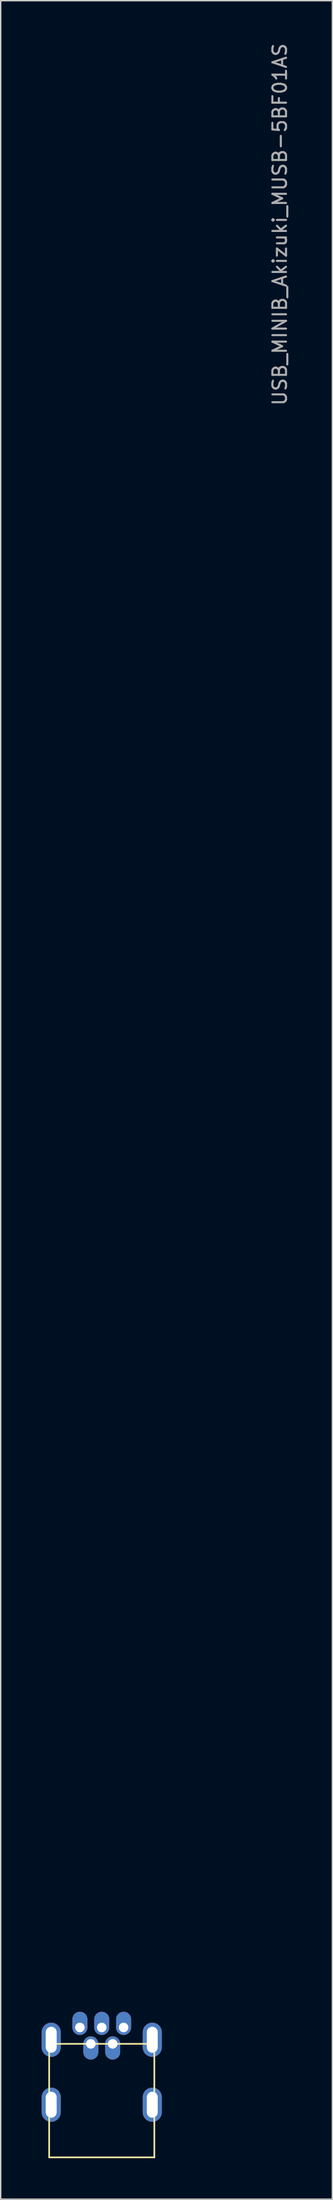
<source format=kicad_pcb>
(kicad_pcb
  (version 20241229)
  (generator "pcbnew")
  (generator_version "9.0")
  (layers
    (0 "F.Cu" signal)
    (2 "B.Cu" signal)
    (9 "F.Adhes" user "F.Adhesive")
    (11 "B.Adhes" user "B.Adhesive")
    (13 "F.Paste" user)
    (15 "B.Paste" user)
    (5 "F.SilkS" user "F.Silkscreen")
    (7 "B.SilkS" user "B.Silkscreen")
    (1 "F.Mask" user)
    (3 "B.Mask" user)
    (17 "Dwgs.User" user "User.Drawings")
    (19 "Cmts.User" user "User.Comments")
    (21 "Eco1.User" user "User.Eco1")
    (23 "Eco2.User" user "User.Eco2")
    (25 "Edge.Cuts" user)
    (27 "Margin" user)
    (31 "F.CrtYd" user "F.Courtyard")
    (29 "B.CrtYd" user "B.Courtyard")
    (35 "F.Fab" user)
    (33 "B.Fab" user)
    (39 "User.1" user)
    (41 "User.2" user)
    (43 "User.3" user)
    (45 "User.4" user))
  (footprint "USB_MINIB_Akizuki_MUSB-5BF01AS"
    (layer "F.Cu")
    (at 4.4 145.224)
    (property "Reference" "USB_MINIB_Akizuki_MUSB-5BF01AS" (at 13.039 -131.861 270) (layer "F.Fab") (effects (font (size 1 1) (thickness 0.15))))
    (attr through_hole)
    (fp_line (start -3.85 1.2) (end 3.85 1.2) (stroke (width 0.12) (type solid)) (layer "F.SilkS"))
    (fp_line (start -3.85 9.5) (end -3.85 1.2) (stroke (width 0.12) (type solid)) (layer "F.SilkS"))
    (fp_line (start 3.85 1.2) (end 3.85 9.5) (stroke (width 0.12) (type solid)) (layer "F.SilkS"))
    (fp_line (start 3.85 9.5) (end -3.85 9.5) (stroke (width 0.12) (type solid)) (layer "F.SilkS"))
    (pad "" thru_hole oval (at -3.7 5.65) (size 1.4 2.5) (drill oval 0.8 1.9) (layers "*.Cu" "*.Mask"))
    (pad "" thru_hole oval (at 3.7 0.9) (size 1.4 2.5) (drill oval 0.8 1.9) (layers "*.Cu" "*.Mask"))
    (pad "" thru_hole oval (at 3.7 5.65) (size 1.4 2.5) (drill oval 0.8 1.9) (layers "*.Cu" "*.Mask"))
    (pad "1" thru_hole oval (at -1.6 0) (size 1.1 1.7) (drill 0.7 (offset 0 -0.3)) (layers "*.Cu" "*.Mask"))
    (pad "2" thru_hole oval (at -0.8 1.2) (size 1.1 1.7) (drill 0.7 (offset 0 0.3)) (layers "*.Cu" "*.Mask"))
    (pad "3" thru_hole oval (at 0 0) (size 1.1 1.7) (drill 0.7 (offset 0 -0.3)) (layers "*.Cu" "*.Mask"))
    (pad "4" thru_hole oval (at 0.8 1.2) (size 1.1 1.7) (drill 0.7 (offset 0 0.3)) (layers "*.Cu" "*.Mask"))
    (pad "5" thru_hole oval (at 1.6 0) (size 1.1 1.7) (drill 0.7 (offset 0 -0.3)) (layers "*.Cu" "*.Mask"))
    (pad "6" thru_hole oval (at -3.7 0.9) (size 1.4 2.5) (drill oval 0.8 1.9) (layers "*.Cu" "*.Mask")))
  (gr_rect
    (start -3 -3)
    (end 21.288 157.784)
    (stroke (width 0.1) (type default))
    (fill no)
    (layer "Edge.Cuts")))
</source>
